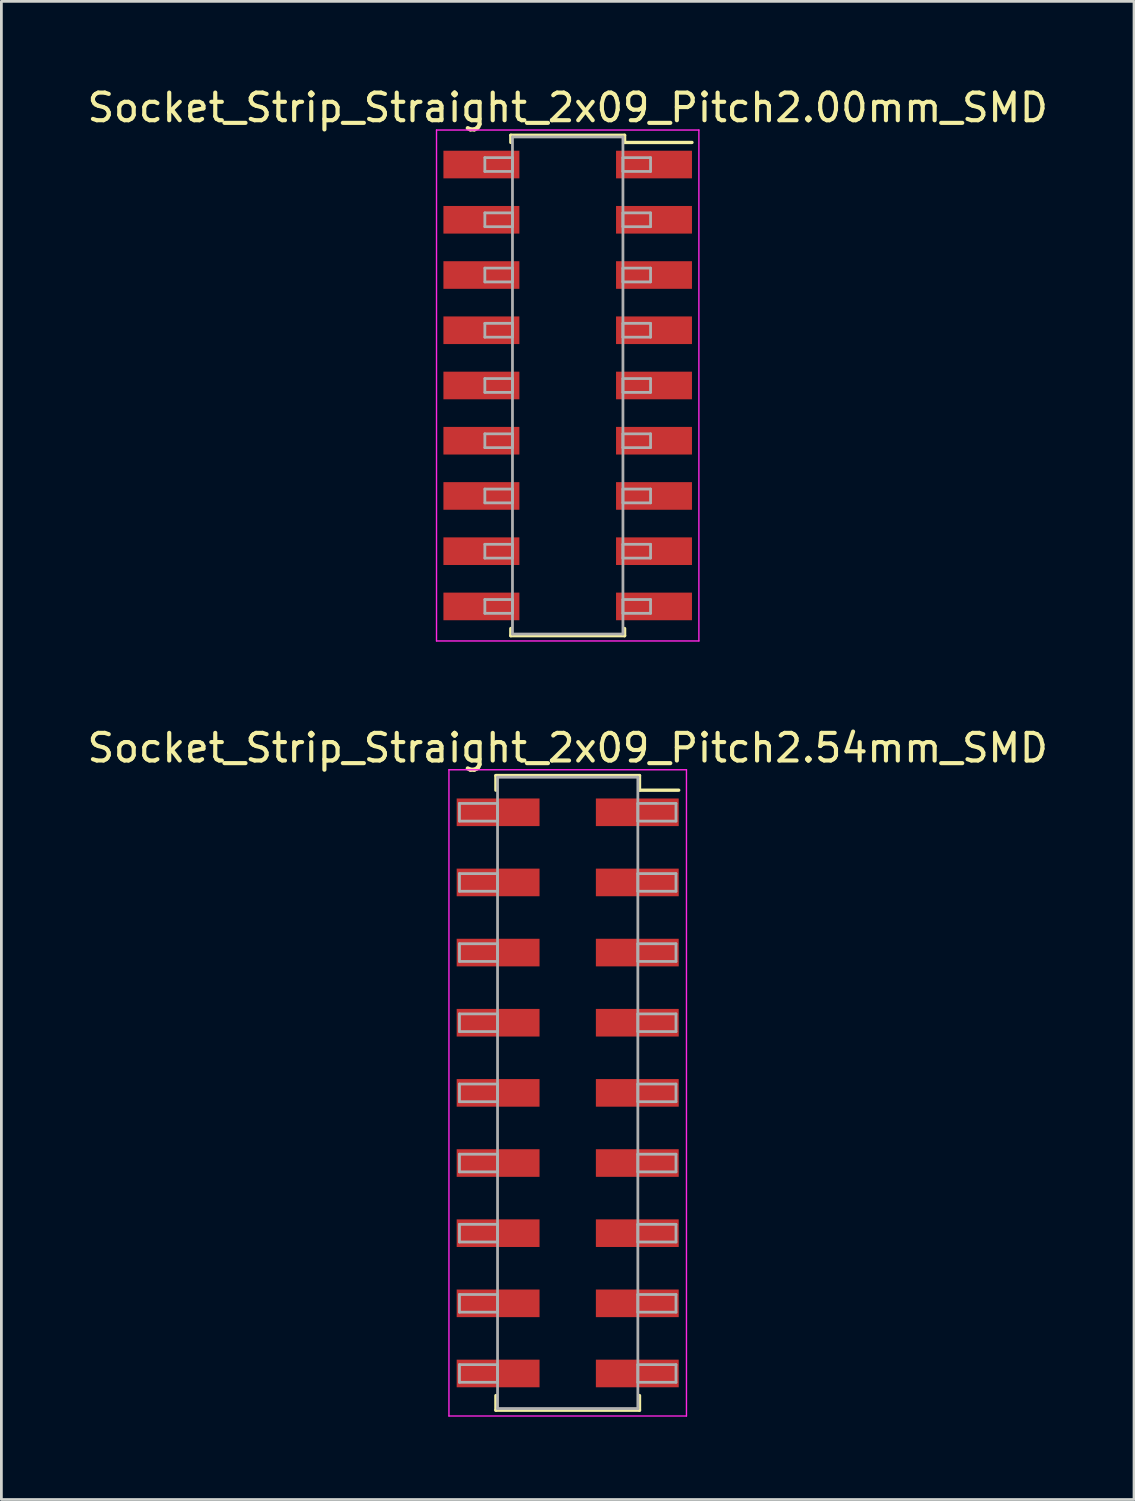
<source format=kicad_pcb>
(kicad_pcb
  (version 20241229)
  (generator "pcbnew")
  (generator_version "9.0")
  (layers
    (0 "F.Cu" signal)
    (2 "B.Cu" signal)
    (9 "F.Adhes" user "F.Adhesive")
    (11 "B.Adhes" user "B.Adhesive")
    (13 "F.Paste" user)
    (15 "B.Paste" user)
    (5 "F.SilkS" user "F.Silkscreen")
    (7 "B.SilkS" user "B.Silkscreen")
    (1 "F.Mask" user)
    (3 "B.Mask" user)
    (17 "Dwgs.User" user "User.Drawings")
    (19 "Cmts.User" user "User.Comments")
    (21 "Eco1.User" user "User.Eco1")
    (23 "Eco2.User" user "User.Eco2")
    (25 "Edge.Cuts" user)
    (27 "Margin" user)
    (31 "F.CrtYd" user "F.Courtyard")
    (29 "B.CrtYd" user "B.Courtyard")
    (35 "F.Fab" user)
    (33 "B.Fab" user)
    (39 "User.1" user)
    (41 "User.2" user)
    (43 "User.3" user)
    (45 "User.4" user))
  (footprint "Socket_Strip_Straight_2x09_Pitch2.54mm_SMD"
    (layer "F.Cu")
    (at 17.506 36.522)
    (property "Reference" "Socket_Strip_Straight_2x09_Pitch2.54mm_SMD" (at 0 -12.49 0) (layer "F.SilkS") (effects (font (size 1 1) (thickness 0.15))))
    (attr smd)
    (fp_line (start -2.6 -11.49) (end 2.6 -11.49) (stroke (width 0.12) (type solid)) (layer "F.SilkS"))
    (fp_line (start -2.6 -10.96) (end -2.6 -11.49) (stroke (width 0.12) (type solid)) (layer "F.SilkS"))
    (fp_line (start -2.6 10.96) (end -2.6 11.49) (stroke (width 0.12) (type solid)) (layer "F.SilkS"))
    (fp_line (start -2.6 11.49) (end 2.6 11.49) (stroke (width 0.12) (type solid)) (layer "F.SilkS"))
    (fp_line (start 2.6 -11.49) (end 2.6 -10.96) (stroke (width 0.12) (type solid)) (layer "F.SilkS"))
    (fp_line (start 2.6 11.49) (end 2.6 10.96) (stroke (width 0.12) (type solid)) (layer "F.SilkS"))
    (fp_line (start 4.02 -10.96) (end 2.6 -10.96) (stroke (width 0.12) (type solid)) (layer "F.SilkS"))
    (fp_line (start -4.3 -11.7) (end -4.3 11.7) (stroke (width 0.05) (type solid)) (layer "F.CrtYd"))
    (fp_line (start -4.3 11.7) (end 4.3 11.7) (stroke (width 0.05) (type solid)) (layer "F.CrtYd"))
    (fp_line (start 4.3 -11.7) (end -4.3 -11.7) (stroke (width 0.05) (type solid)) (layer "F.CrtYd"))
    (fp_line (start 4.3 11.7) (end 4.3 -11.7) (stroke (width 0.05) (type solid)) (layer "F.CrtYd"))
    (fp_line (start -3.92 -10.48) (end -2.54 -10.48) (stroke (width 0.1) (type solid)) (layer "F.Fab"))
    (fp_line (start -3.92 -9.84) (end -3.92 -10.48) (stroke (width 0.1) (type solid)) (layer "F.Fab"))
    (fp_line (start -3.92 -7.94) (end -2.54 -7.94) (stroke (width 0.1) (type solid)) (layer "F.Fab"))
    (fp_line (start -3.92 -7.3) (end -3.92 -7.94) (stroke (width 0.1) (type solid)) (layer "F.Fab"))
    (fp_line (start -3.92 -5.4) (end -2.54 -5.4) (stroke (width 0.1) (type solid)) (layer "F.Fab"))
    (fp_line (start -3.92 -4.76) (end -3.92 -5.4) (stroke (width 0.1) (type solid)) (layer "F.Fab"))
    (fp_line (start -3.92 -2.86) (end -2.54 -2.86) (stroke (width 0.1) (type solid)) (layer "F.Fab"))
    (fp_line (start -3.92 -2.22) (end -3.92 -2.86) (stroke (width 0.1) (type solid)) (layer "F.Fab"))
    (fp_line (start -3.92 -0.32) (end -2.54 -0.32) (stroke (width 0.1) (type solid)) (layer "F.Fab"))
    (fp_line (start -3.92 0.32) (end -3.92 -0.32) (stroke (width 0.1) (type solid)) (layer "F.Fab"))
    (fp_line (start -3.92 2.22) (end -2.54 2.22) (stroke (width 0.1) (type solid)) (layer "F.Fab"))
    (fp_line (start -3.92 2.86) (end -3.92 2.22) (stroke (width 0.1) (type solid)) (layer "F.Fab"))
    (fp_line (start -3.92 4.76) (end -2.54 4.76) (stroke (width 0.1) (type solid)) (layer "F.Fab"))
    (fp_line (start -3.92 5.4) (end -3.92 4.76) (stroke (width 0.1) (type solid)) (layer "F.Fab"))
    (fp_line (start -3.92 7.3) (end -2.54 7.3) (stroke (width 0.1) (type solid)) (layer "F.Fab"))
    (fp_line (start -3.92 7.94) (end -3.92 7.3) (stroke (width 0.1) (type solid)) (layer "F.Fab"))
    (fp_line (start -3.92 9.84) (end -2.54 9.84) (stroke (width 0.1) (type solid)) (layer "F.Fab"))
    (fp_line (start -3.92 10.48) (end -3.92 9.84) (stroke (width 0.1) (type solid)) (layer "F.Fab"))
    (fp_line (start -2.54 -11.43) (end -2.54 11.43) (stroke (width 0.1) (type solid)) (layer "F.Fab"))
    (fp_line (start -2.54 -10.48) (end -2.54 -9.84) (stroke (width 0.1) (type solid)) (layer "F.Fab"))
    (fp_line (start -2.54 -9.84) (end -3.92 -9.84) (stroke (width 0.1) (type solid)) (layer "F.Fab"))
    (fp_line (start -2.54 -7.94) (end -2.54 -7.3) (stroke (width 0.1) (type solid)) (layer "F.Fab"))
    (fp_line (start -2.54 -7.3) (end -3.92 -7.3) (stroke (width 0.1) (type solid)) (layer "F.Fab"))
    (fp_line (start -2.54 -5.4) (end -2.54 -4.76) (stroke (width 0.1) (type solid)) (layer "F.Fab"))
    (fp_line (start -2.54 -4.76) (end -3.92 -4.76) (stroke (width 0.1) (type solid)) (layer "F.Fab"))
    (fp_line (start -2.54 -2.86) (end -2.54 -2.22) (stroke (width 0.1) (type solid)) (layer "F.Fab"))
    (fp_line (start -2.54 -2.22) (end -3.92 -2.22) (stroke (width 0.1) (type solid)) (layer "F.Fab"))
    (fp_line (start -2.54 -0.32) (end -2.54 0.32) (stroke (width 0.1) (type solid)) (layer "F.Fab"))
    (fp_line (start -2.54 0.32) (end -3.92 0.32) (stroke (width 0.1) (type solid)) (layer "F.Fab"))
    (fp_line (start -2.54 2.22) (end -2.54 2.86) (stroke (width 0.1) (type solid)) (layer "F.Fab"))
    (fp_line (start -2.54 2.86) (end -3.92 2.86) (stroke (width 0.1) (type solid)) (layer "F.Fab"))
    (fp_line (start -2.54 4.76) (end -2.54 5.4) (stroke (width 0.1) (type solid)) (layer "F.Fab"))
    (fp_line (start -2.54 5.4) (end -3.92 5.4) (stroke (width 0.1) (type solid)) (layer "F.Fab"))
    (fp_line (start -2.54 7.3) (end -2.54 7.94) (stroke (width 0.1) (type solid)) (layer "F.Fab"))
    (fp_line (start -2.54 7.94) (end -3.92 7.94) (stroke (width 0.1) (type solid)) (layer "F.Fab"))
    (fp_line (start -2.54 9.84) (end -2.54 10.48) (stroke (width 0.1) (type solid)) (layer "F.Fab"))
    (fp_line (start -2.54 10.48) (end -3.92 10.48) (stroke (width 0.1) (type solid)) (layer "F.Fab"))
    (fp_line (start -2.54 11.43) (end 2.54 11.43) (stroke (width 0.1) (type solid)) (layer "F.Fab"))
    (fp_line (start 2.54 -11.43) (end -2.54 -11.43) (stroke (width 0.1) (type solid)) (layer "F.Fab"))
    (fp_line (start 2.54 -10.48) (end 2.54 -9.84) (stroke (width 0.1) (type solid)) (layer "F.Fab"))
    (fp_line (start 2.54 -9.84) (end 3.92 -9.84) (stroke (width 0.1) (type solid)) (layer "F.Fab"))
    (fp_line (start 2.54 -7.94) (end 2.54 -7.3) (stroke (width 0.1) (type solid)) (layer "F.Fab"))
    (fp_line (start 2.54 -7.3) (end 3.92 -7.3) (stroke (width 0.1) (type solid)) (layer "F.Fab"))
    (fp_line (start 2.54 -5.4) (end 2.54 -4.76) (stroke (width 0.1) (type solid)) (layer "F.Fab"))
    (fp_line (start 2.54 -4.76) (end 3.92 -4.76) (stroke (width 0.1) (type solid)) (layer "F.Fab"))
    (fp_line (start 2.54 -2.86) (end 2.54 -2.22) (stroke (width 0.1) (type solid)) (layer "F.Fab"))
    (fp_line (start 2.54 -2.22) (end 3.92 -2.22) (stroke (width 0.1) (type solid)) (layer "F.Fab"))
    (fp_line (start 2.54 -0.32) (end 2.54 0.32) (stroke (width 0.1) (type solid)) (layer "F.Fab"))
    (fp_line (start 2.54 0.32) (end 3.92 0.32) (stroke (width 0.1) (type solid)) (layer "F.Fab"))
    (fp_line (start 2.54 2.22) (end 2.54 2.86) (stroke (width 0.1) (type solid)) (layer "F.Fab"))
    (fp_line (start 2.54 2.86) (end 3.92 2.86) (stroke (width 0.1) (type solid)) (layer "F.Fab"))
    (fp_line (start 2.54 4.76) (end 2.54 5.4) (stroke (width 0.1) (type solid)) (layer "F.Fab"))
    (fp_line (start 2.54 5.4) (end 3.92 5.4) (stroke (width 0.1) (type solid)) (layer "F.Fab"))
    (fp_line (start 2.54 7.3) (end 2.54 7.94) (stroke (width 0.1) (type solid)) (layer "F.Fab"))
    (fp_line (start 2.54 7.94) (end 3.92 7.94) (stroke (width 0.1) (type solid)) (layer "F.Fab"))
    (fp_line (start 2.54 9.84) (end 2.54 10.48) (stroke (width 0.1) (type solid)) (layer "F.Fab"))
    (fp_line (start 2.54 10.48) (end 3.92 10.48) (stroke (width 0.1) (type solid)) (layer "F.Fab"))
    (fp_line (start 2.54 11.43) (end 2.54 -11.43) (stroke (width 0.1) (type solid)) (layer "F.Fab"))
    (fp_line (start 3.92 -10.48) (end 2.54 -10.48) (stroke (width 0.1) (type solid)) (layer "F.Fab"))
    (fp_line (start 3.92 -9.84) (end 3.92 -10.48) (stroke (width 0.1) (type solid)) (layer "F.Fab"))
    (fp_line (start 3.92 -7.94) (end 2.54 -7.94) (stroke (width 0.1) (type solid)) (layer "F.Fab"))
    (fp_line (start 3.92 -7.3) (end 3.92 -7.94) (stroke (width 0.1) (type solid)) (layer "F.Fab"))
    (fp_line (start 3.92 -5.4) (end 2.54 -5.4) (stroke (width 0.1) (type solid)) (layer "F.Fab"))
    (fp_line (start 3.92 -4.76) (end 3.92 -5.4) (stroke (width 0.1) (type solid)) (layer "F.Fab"))
    (fp_line (start 3.92 -2.86) (end 2.54 -2.86) (stroke (width 0.1) (type solid)) (layer "F.Fab"))
    (fp_line (start 3.92 -2.22) (end 3.92 -2.86) (stroke (width 0.1) (type solid)) (layer "F.Fab"))
    (fp_line (start 3.92 -0.32) (end 2.54 -0.32) (stroke (width 0.1) (type solid)) (layer "F.Fab"))
    (fp_line (start 3.92 0.32) (end 3.92 -0.32) (stroke (width 0.1) (type solid)) (layer "F.Fab"))
    (fp_line (start 3.92 2.22) (end 2.54 2.22) (stroke (width 0.1) (type solid)) (layer "F.Fab"))
    (fp_line (start 3.92 2.86) (end 3.92 2.22) (stroke (width 0.1) (type solid)) (layer "F.Fab"))
    (fp_line (start 3.92 4.76) (end 2.54 4.76) (stroke (width 0.1) (type solid)) (layer "F.Fab"))
    (fp_line (start 3.92 5.4) (end 3.92 4.76) (stroke (width 0.1) (type solid)) (layer "F.Fab"))
    (fp_line (start 3.92 7.3) (end 2.54 7.3) (stroke (width 0.1) (type solid)) (layer "F.Fab"))
    (fp_line (start 3.92 7.94) (end 3.92 7.3) (stroke (width 0.1) (type solid)) (layer "F.Fab"))
    (fp_line (start 3.92 9.84) (end 2.54 9.84) (stroke (width 0.1) (type solid)) (layer "F.Fab"))
    (fp_line (start 3.92 10.48) (end 3.92 9.84) (stroke (width 0.1) (type solid)) (layer "F.Fab"))
    (pad "1" smd rect (at 2.52 -10.16) (size 3 1) (layers "F.Cu" "F.Mask"))
    (pad "2" smd rect (at -2.52 -10.16) (size 3 1) (layers "F.Cu" "F.Mask"))
    (pad "3" smd rect (at 2.52 -7.62) (size 3 1) (layers "F.Cu" "F.Mask"))
    (pad "4" smd rect (at -2.52 -7.62) (size 3 1) (layers "F.Cu" "F.Mask"))
    (pad "5" smd rect (at 2.52 -5.08) (size 3 1) (layers "F.Cu" "F.Mask"))
    (pad "6" smd rect (at -2.52 -5.08) (size 3 1) (layers "F.Cu" "F.Mask"))
    (pad "7" smd rect (at 2.52 -2.54) (size 3 1) (layers "F.Cu" "F.Mask"))
    (pad "8" smd rect (at -2.52 -2.54) (size 3 1) (layers "F.Cu" "F.Mask"))
    (pad "9" smd rect (at 2.52 0) (size 3 1) (layers "F.Cu" "F.Mask"))
    (pad "10" smd rect (at -2.52 0) (size 3 1) (layers "F.Cu" "F.Mask"))
    (pad "11" smd rect (at 2.52 2.54) (size 3 1) (layers "F.Cu" "F.Mask"))
    (pad "12" smd rect (at -2.52 2.54) (size 3 1) (layers "F.Cu" "F.Mask"))
    (pad "13" smd rect (at 2.52 5.08) (size 3 1) (layers "F.Cu" "F.Mask"))
    (pad "14" smd rect (at -2.52 5.08) (size 3 1) (layers "F.Cu" "F.Mask"))
    (pad "15" smd rect (at 2.52 7.62) (size 3 1) (layers "F.Cu" "F.Mask"))
    (pad "16" smd rect (at -2.52 7.62) (size 3 1) (layers "F.Cu" "F.Mask"))
    (pad "17" smd rect (at 2.52 10.16) (size 3 1) (layers "F.Cu" "F.Mask"))
    (pad "18" smd rect (at -2.52 10.16) (size 3 1) (layers "F.Cu" "F.Mask")))
  (footprint "Socket_Strip_Straight_2x09_Pitch2.00mm_SMD"
    (layer "F.Cu")
    (at 17.506 10.908)
    (property "Reference" "Socket_Strip_Straight_2x09_Pitch2.00mm_SMD" (at 0 -10.06 0) (layer "F.SilkS") (effects (font (size 1 1) (thickness 0.15))))
    (attr smd)
    (fp_line (start -2.06 -9.06) (end 2.06 -9.06) (stroke (width 0.12) (type solid)) (layer "F.SilkS"))
    (fp_line (start -2.06 -8.8) (end -2.06 -9.06) (stroke (width 0.12) (type solid)) (layer "F.SilkS"))
    (fp_line (start -2.06 8.8) (end -2.06 9.06) (stroke (width 0.12) (type solid)) (layer "F.SilkS"))
    (fp_line (start -2.06 9.06) (end 2.06 9.06) (stroke (width 0.12) (type solid)) (layer "F.SilkS"))
    (fp_line (start 2.06 -9.06) (end 2.06 -8.8) (stroke (width 0.12) (type solid)) (layer "F.SilkS"))
    (fp_line (start 2.06 9.06) (end 2.06 8.8) (stroke (width 0.12) (type solid)) (layer "F.SilkS"))
    (fp_line (start 4.5 -8.8) (end 2.06 -8.8) (stroke (width 0.12) (type solid)) (layer "F.SilkS"))
    (fp_line (start -4.75 -9.25) (end -4.75 9.25) (stroke (width 0.05) (type solid)) (layer "F.CrtYd"))
    (fp_line (start -4.75 9.25) (end 4.75 9.25) (stroke (width 0.05) (type solid)) (layer "F.CrtYd"))
    (fp_line (start 4.75 -9.25) (end -4.75 -9.25) (stroke (width 0.05) (type solid)) (layer "F.CrtYd"))
    (fp_line (start 4.75 9.25) (end 4.75 -9.25) (stroke (width 0.05) (type solid)) (layer "F.CrtYd"))
    (fp_line (start -3 -8.25) (end -2 -8.25) (stroke (width 0.1) (type solid)) (layer "F.Fab"))
    (fp_line (start -3 -7.75) (end -3 -8.25) (stroke (width 0.1) (type solid)) (layer "F.Fab"))
    (fp_line (start -3 -6.25) (end -2 -6.25) (stroke (width 0.1) (type solid)) (layer "F.Fab"))
    (fp_line (start -3 -5.75) (end -3 -6.25) (stroke (width 0.1) (type solid)) (layer "F.Fab"))
    (fp_line (start -3 -4.25) (end -2 -4.25) (stroke (width 0.1) (type solid)) (layer "F.Fab"))
    (fp_line (start -3 -3.75) (end -3 -4.25) (stroke (width 0.1) (type solid)) (layer "F.Fab"))
    (fp_line (start -3 -2.25) (end -2 -2.25) (stroke (width 0.1) (type solid)) (layer "F.Fab"))
    (fp_line (start -3 -1.75) (end -3 -2.25) (stroke (width 0.1) (type solid)) (layer "F.Fab"))
    (fp_line (start -3 -0.25) (end -2 -0.25) (stroke (width 0.1) (type solid)) (layer "F.Fab"))
    (fp_line (start -3 0.25) (end -3 -0.25) (stroke (width 0.1) (type solid)) (layer "F.Fab"))
    (fp_line (start -3 1.75) (end -2 1.75) (stroke (width 0.1) (type solid)) (layer "F.Fab"))
    (fp_line (start -3 2.25) (end -3 1.75) (stroke (width 0.1) (type solid)) (layer "F.Fab"))
    (fp_line (start -3 3.75) (end -2 3.75) (stroke (width 0.1) (type solid)) (layer "F.Fab"))
    (fp_line (start -3 4.25) (end -3 3.75) (stroke (width 0.1) (type solid)) (layer "F.Fab"))
    (fp_line (start -3 5.75) (end -2 5.75) (stroke (width 0.1) (type solid)) (layer "F.Fab"))
    (fp_line (start -3 6.25) (end -3 5.75) (stroke (width 0.1) (type solid)) (layer "F.Fab"))
    (fp_line (start -3 7.75) (end -2 7.75) (stroke (width 0.1) (type solid)) (layer "F.Fab"))
    (fp_line (start -3 8.25) (end -3 7.75) (stroke (width 0.1) (type solid)) (layer "F.Fab"))
    (fp_line (start -2 -9) (end -2 9) (stroke (width 0.1) (type solid)) (layer "F.Fab"))
    (fp_line (start -2 -8.25) (end -2 -7.75) (stroke (width 0.1) (type solid)) (layer "F.Fab"))
    (fp_line (start -2 -7.75) (end -3 -7.75) (stroke (width 0.1) (type solid)) (layer "F.Fab"))
    (fp_line (start -2 -6.25) (end -2 -5.75) (stroke (width 0.1) (type solid)) (layer "F.Fab"))
    (fp_line (start -2 -5.75) (end -3 -5.75) (stroke (width 0.1) (type solid)) (layer "F.Fab"))
    (fp_line (start -2 -4.25) (end -2 -3.75) (stroke (width 0.1) (type solid)) (layer "F.Fab"))
    (fp_line (start -2 -3.75) (end -3 -3.75) (stroke (width 0.1) (type solid)) (layer "F.Fab"))
    (fp_line (start -2 -2.25) (end -2 -1.75) (stroke (width 0.1) (type solid)) (layer "F.Fab"))
    (fp_line (start -2 -1.75) (end -3 -1.75) (stroke (width 0.1) (type solid)) (layer "F.Fab"))
    (fp_line (start -2 -0.25) (end -2 0.25) (stroke (width 0.1) (type solid)) (layer "F.Fab"))
    (fp_line (start -2 0.25) (end -3 0.25) (stroke (width 0.1) (type solid)) (layer "F.Fab"))
    (fp_line (start -2 1.75) (end -2 2.25) (stroke (width 0.1) (type solid)) (layer "F.Fab"))
    (fp_line (start -2 2.25) (end -3 2.25) (stroke (width 0.1) (type solid)) (layer "F.Fab"))
    (fp_line (start -2 3.75) (end -2 4.25) (stroke (width 0.1) (type solid)) (layer "F.Fab"))
    (fp_line (start -2 4.25) (end -3 4.25) (stroke (width 0.1) (type solid)) (layer "F.Fab"))
    (fp_line (start -2 5.75) (end -2 6.25) (stroke (width 0.1) (type solid)) (layer "F.Fab"))
    (fp_line (start -2 6.25) (end -3 6.25) (stroke (width 0.1) (type solid)) (layer "F.Fab"))
    (fp_line (start -2 7.75) (end -2 8.25) (stroke (width 0.1) (type solid)) (layer "F.Fab"))
    (fp_line (start -2 8.25) (end -3 8.25) (stroke (width 0.1) (type solid)) (layer "F.Fab"))
    (fp_line (start -2 9) (end 2 9) (stroke (width 0.1) (type solid)) (layer "F.Fab"))
    (fp_line (start 2 -9) (end -2 -9) (stroke (width 0.1) (type solid)) (layer "F.Fab"))
    (fp_line (start 2 -8.25) (end 2 -7.75) (stroke (width 0.1) (type solid)) (layer "F.Fab"))
    (fp_line (start 2 -7.75) (end 3 -7.75) (stroke (width 0.1) (type solid)) (layer "F.Fab"))
    (fp_line (start 2 -6.25) (end 2 -5.75) (stroke (width 0.1) (type solid)) (layer "F.Fab"))
    (fp_line (start 2 -5.75) (end 3 -5.75) (stroke (width 0.1) (type solid)) (layer "F.Fab"))
    (fp_line (start 2 -4.25) (end 2 -3.75) (stroke (width 0.1) (type solid)) (layer "F.Fab"))
    (fp_line (start 2 -3.75) (end 3 -3.75) (stroke (width 0.1) (type solid)) (layer "F.Fab"))
    (fp_line (start 2 -2.25) (end 2 -1.75) (stroke (width 0.1) (type solid)) (layer "F.Fab"))
    (fp_line (start 2 -1.75) (end 3 -1.75) (stroke (width 0.1) (type solid)) (layer "F.Fab"))
    (fp_line (start 2 -0.25) (end 2 0.25) (stroke (width 0.1) (type solid)) (layer "F.Fab"))
    (fp_line (start 2 0.25) (end 3 0.25) (stroke (width 0.1) (type solid)) (layer "F.Fab"))
    (fp_line (start 2 1.75) (end 2 2.25) (stroke (width 0.1) (type solid)) (layer "F.Fab"))
    (fp_line (start 2 2.25) (end 3 2.25) (stroke (width 0.1) (type solid)) (layer "F.Fab"))
    (fp_line (start 2 3.75) (end 2 4.25) (stroke (width 0.1) (type solid)) (layer "F.Fab"))
    (fp_line (start 2 4.25) (end 3 4.25) (stroke (width 0.1) (type solid)) (layer "F.Fab"))
    (fp_line (start 2 5.75) (end 2 6.25) (stroke (width 0.1) (type solid)) (layer "F.Fab"))
    (fp_line (start 2 6.25) (end 3 6.25) (stroke (width 0.1) (type solid)) (layer "F.Fab"))
    (fp_line (start 2 7.75) (end 2 8.25) (stroke (width 0.1) (type solid)) (layer "F.Fab"))
    (fp_line (start 2 8.25) (end 3 8.25) (stroke (width 0.1) (type solid)) (layer "F.Fab"))
    (fp_line (start 2 9) (end 2 -9) (stroke (width 0.1) (type solid)) (layer "F.Fab"))
    (fp_line (start 3 -8.25) (end 2 -8.25) (stroke (width 0.1) (type solid)) (layer "F.Fab"))
    (fp_line (start 3 -7.75) (end 3 -8.25) (stroke (width 0.1) (type solid)) (layer "F.Fab"))
    (fp_line (start 3 -6.25) (end 2 -6.25) (stroke (width 0.1) (type solid)) (layer "F.Fab"))
    (fp_line (start 3 -5.75) (end 3 -6.25) (stroke (width 0.1) (type solid)) (layer "F.Fab"))
    (fp_line (start 3 -4.25) (end 2 -4.25) (stroke (width 0.1) (type solid)) (layer "F.Fab"))
    (fp_line (start 3 -3.75) (end 3 -4.25) (stroke (width 0.1) (type solid)) (layer "F.Fab"))
    (fp_line (start 3 -2.25) (end 2 -2.25) (stroke (width 0.1) (type solid)) (layer "F.Fab"))
    (fp_line (start 3 -1.75) (end 3 -2.25) (stroke (width 0.1) (type solid)) (layer "F.Fab"))
    (fp_line (start 3 -0.25) (end 2 -0.25) (stroke (width 0.1) (type solid)) (layer "F.Fab"))
    (fp_line (start 3 0.25) (end 3 -0.25) (stroke (width 0.1) (type solid)) (layer "F.Fab"))
    (fp_line (start 3 1.75) (end 2 1.75) (stroke (width 0.1) (type solid)) (layer "F.Fab"))
    (fp_line (start 3 2.25) (end 3 1.75) (stroke (width 0.1) (type solid)) (layer "F.Fab"))
    (fp_line (start 3 3.75) (end 2 3.75) (stroke (width 0.1) (type solid)) (layer "F.Fab"))
    (fp_line (start 3 4.25) (end 3 3.75) (stroke (width 0.1) (type solid)) (layer "F.Fab"))
    (fp_line (start 3 5.75) (end 2 5.75) (stroke (width 0.1) (type solid)) (layer "F.Fab"))
    (fp_line (start 3 6.25) (end 3 5.75) (stroke (width 0.1) (type solid)) (layer "F.Fab"))
    (fp_line (start 3 7.75) (end 2 7.75) (stroke (width 0.1) (type solid)) (layer "F.Fab"))
    (fp_line (start 3 8.25) (end 3 7.75) (stroke (width 0.1) (type solid)) (layer "F.Fab"))
    (pad "1" smd rect (at 3.125 -8) (size 2.75 1) (layers "F.Cu" "F.Mask"))
    (pad "2" smd rect (at -3.125 -8) (size 2.75 1) (layers "F.Cu" "F.Mask"))
    (pad "3" smd rect (at 3.125 -6) (size 2.75 1) (layers "F.Cu" "F.Mask"))
    (pad "4" smd rect (at -3.125 -6) (size 2.75 1) (layers "F.Cu" "F.Mask"))
    (pad "5" smd rect (at 3.125 -4) (size 2.75 1) (layers "F.Cu" "F.Mask"))
    (pad "6" smd rect (at -3.125 -4) (size 2.75 1) (layers "F.Cu" "F.Mask"))
    (pad "7" smd rect (at 3.125 -2) (size 2.75 1) (layers "F.Cu" "F.Mask"))
    (pad "8" smd rect (at -3.125 -2) (size 2.75 1) (layers "F.Cu" "F.Mask"))
    (pad "9" smd rect (at 3.125 0) (size 2.75 1) (layers "F.Cu" "F.Mask"))
    (pad "10" smd rect (at -3.125 0) (size 2.75 1) (layers "F.Cu" "F.Mask"))
    (pad "11" smd rect (at 3.125 2) (size 2.75 1) (layers "F.Cu" "F.Mask"))
    (pad "12" smd rect (at -3.125 2) (size 2.75 1) (layers "F.Cu" "F.Mask"))
    (pad "13" smd rect (at 3.125 4) (size 2.75 1) (layers "F.Cu" "F.Mask"))
    (pad "14" smd rect (at -3.125 4) (size 2.75 1) (layers "F.Cu" "F.Mask"))
    (pad "15" smd rect (at 3.125 6) (size 2.75 1) (layers "F.Cu" "F.Mask"))
    (pad "16" smd rect (at -3.125 6) (size 2.75 1) (layers "F.Cu" "F.Mask"))
    (pad "17" smd rect (at 3.125 8) (size 2.75 1) (layers "F.Cu" "F.Mask"))
    (pad "18" smd rect (at -3.125 8) (size 2.75 1) (layers "F.Cu" "F.Mask")))
  (gr_rect
    (start -3 -3)
    (end 38.012 51.246)
    (stroke (width 0.1) (type default))
    (fill no)
    (layer "Edge.Cuts")))
</source>
